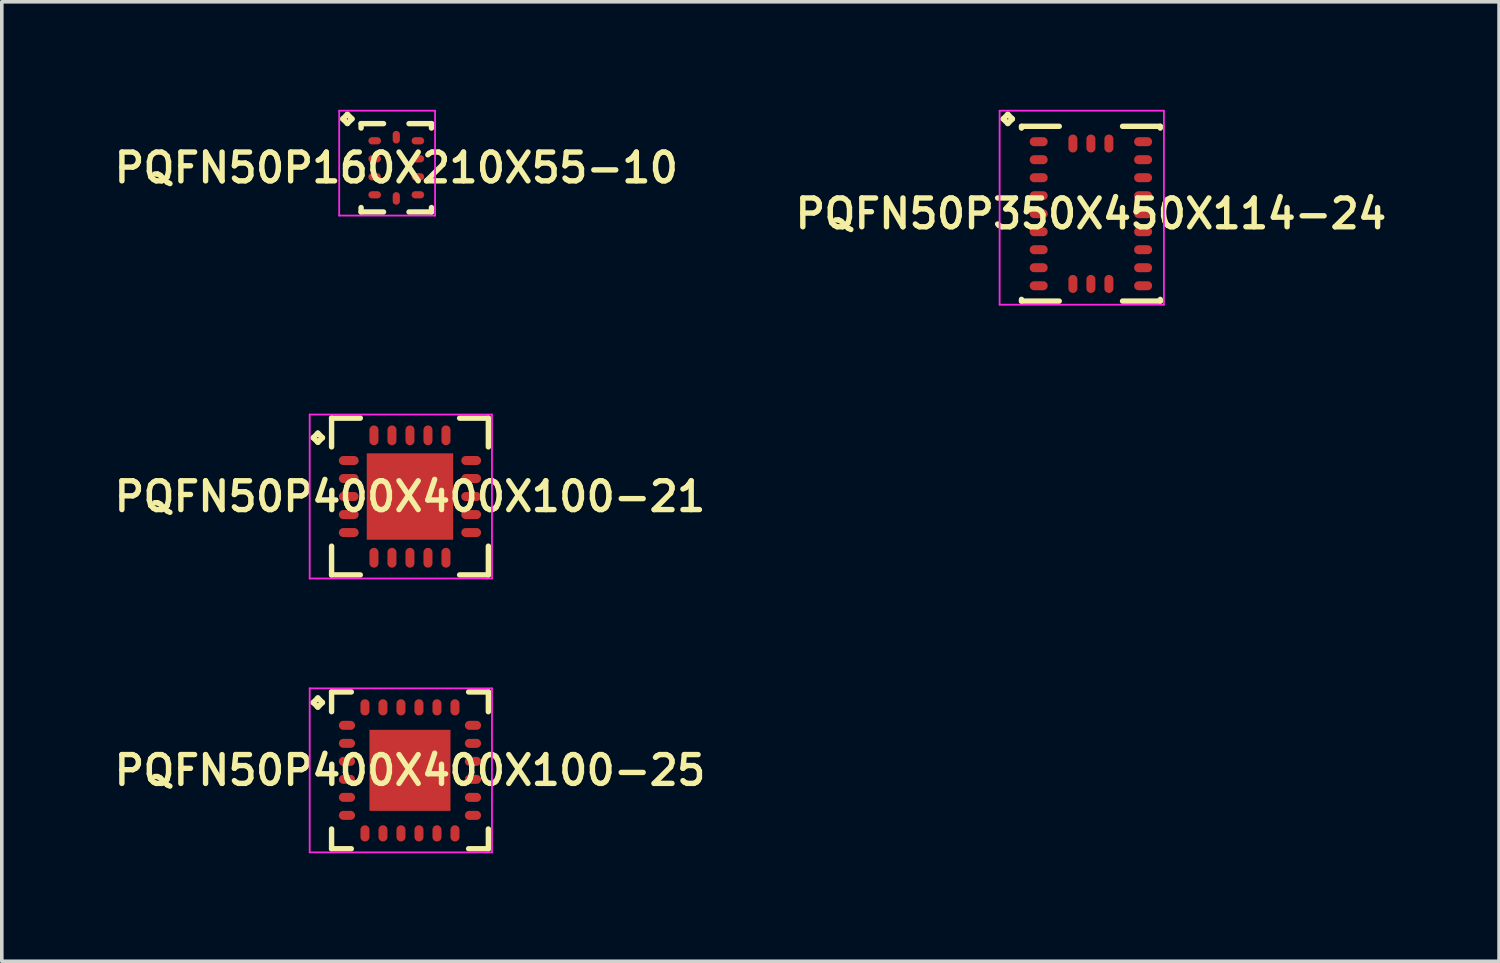
<source format=kicad_pcb>
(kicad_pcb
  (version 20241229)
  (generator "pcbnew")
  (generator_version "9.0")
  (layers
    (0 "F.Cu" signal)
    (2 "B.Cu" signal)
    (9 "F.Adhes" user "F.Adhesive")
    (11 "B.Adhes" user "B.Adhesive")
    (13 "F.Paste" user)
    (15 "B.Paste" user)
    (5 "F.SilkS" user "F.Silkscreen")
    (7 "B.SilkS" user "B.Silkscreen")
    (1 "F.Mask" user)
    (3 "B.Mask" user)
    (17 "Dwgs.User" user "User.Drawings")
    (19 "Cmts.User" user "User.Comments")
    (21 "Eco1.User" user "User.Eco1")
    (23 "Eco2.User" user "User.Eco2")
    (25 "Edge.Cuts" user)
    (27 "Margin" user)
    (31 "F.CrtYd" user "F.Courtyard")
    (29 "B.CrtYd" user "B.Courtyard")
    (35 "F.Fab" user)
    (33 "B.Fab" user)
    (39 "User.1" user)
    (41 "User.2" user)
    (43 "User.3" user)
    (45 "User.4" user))
  (footprint "PQFN50P350X450X114-24"
    (layer "F.Cu")
    (at 27.245 2.885)
    (property "Reference" "PQFN50P350X450X114-24" (at 0 0 0) (layer "F.SilkS") (effects (font (size 0.8 0.8) (thickness 0.15))))
    (attr smd)
    (fp_line (start -2.435 -2.633) (end -2.308 -2.76) (stroke (width 0.15) (type solid)) (layer "F.SilkS"))
    (fp_line (start -2.308 -2.76) (end -2.181 -2.633) (stroke (width 0.15) (type solid)) (layer "F.SilkS"))
    (fp_line (start -2.308 -2.506) (end -2.435 -2.633) (stroke (width 0.15) (type solid)) (layer "F.SilkS"))
    (fp_line (start -2.181 -2.633) (end -2.308 -2.506) (stroke (width 0.15) (type solid)) (layer "F.SilkS"))
    (fp_line (start -1.927 -2.427) (end -0.879 -2.427) (stroke (width 0.15) (type solid)) (layer "F.SilkS"))
    (fp_line (start -1.927 -2.379) (end -1.927 -2.427) (stroke (width 0.15) (type solid)) (layer "F.SilkS"))
    (fp_line (start -1.927 2.379) (end -1.927 2.427) (stroke (width 0.15) (type solid)) (layer "F.SilkS"))
    (fp_line (start -1.927 2.427) (end -0.879 2.427) (stroke (width 0.15) (type solid)) (layer "F.SilkS"))
    (fp_line (start 0.879 -2.427) (end 1.927 -2.427) (stroke (width 0.15) (type solid)) (layer "F.SilkS"))
    (fp_line (start 0.879 2.427) (end 1.927 2.427) (stroke (width 0.15) (type solid)) (layer "F.SilkS"))
    (fp_line (start 1.927 -2.427) (end 1.927 -2.379) (stroke (width 0.15) (type solid)) (layer "F.SilkS"))
    (fp_line (start 1.927 2.427) (end 1.927 2.379) (stroke (width 0.15) (type solid)) (layer "F.SilkS"))
    (fp_line (start -2.535 -2.86) (end 2.027 -2.86) (stroke (width 0.05) (type solid)) (layer "F.CrtYd"))
    (fp_line (start -2.535 2.527) (end -2.535 -2.86) (stroke (width 0.05) (type solid)) (layer "F.CrtYd"))
    (fp_line (start 2.027 -2.86) (end 2.027 2.527) (stroke (width 0.05) (type solid)) (layer "F.CrtYd"))
    (fp_line (start 2.027 2.527) (end -2.535 2.527) (stroke (width 0.05) (type solid)) (layer "F.CrtYd"))
    (pad "1" smd oval (at -1.45 -2) (size 0.5 0.25) (layers "F.Cu" "F.Mask" "F.Paste"))
    (pad "2" smd oval (at -1.45 -1.5) (size 0.5 0.25) (layers "F.Cu" "F.Mask" "F.Paste"))
    (pad "3" smd oval (at -1.45 -1) (size 0.5 0.25) (layers "F.Cu" "F.Mask" "F.Paste"))
    (pad "4" smd oval (at -1.45 -0.5) (size 0.5 0.25) (layers "F.Cu" "F.Mask" "F.Paste"))
    (pad "5" smd oval (at -1.45 0) (size 0.5 0.25) (layers "F.Cu" "F.Mask" "F.Paste"))
    (pad "6" smd oval (at -1.45 0.5) (size 0.5 0.25) (layers "F.Cu" "F.Mask" "F.Paste"))
    (pad "7" smd oval (at -1.45 1) (size 0.5 0.25) (layers "F.Cu" "F.Mask" "F.Paste"))
    (pad "8" smd oval (at -1.45 1.5) (size 0.5 0.25) (layers "F.Cu" "F.Mask" "F.Paste"))
    (pad "9" smd oval (at -1.45 2) (size 0.5 0.25) (layers "F.Cu" "F.Mask" "F.Paste"))
    (pad "10" smd oval (at -0.5 1.95) (size 0.25 0.5) (layers "F.Cu" "F.Mask" "F.Paste"))
    (pad "11" smd oval (at 0 1.95) (size 0.25 0.5) (layers "F.Cu" "F.Mask" "F.Paste"))
    (pad "12" smd oval (at 0.5 1.95) (size 0.25 0.5) (layers "F.Cu" "F.Mask" "F.Paste"))
    (pad "13" smd oval (at 1.45 2) (size 0.5 0.25) (layers "F.Cu" "F.Mask" "F.Paste"))
    (pad "14" smd oval (at 1.45 1.5) (size 0.5 0.25) (layers "F.Cu" "F.Mask" "F.Paste"))
    (pad "15" smd oval (at 1.45 1) (size 0.5 0.25) (layers "F.Cu" "F.Mask" "F.Paste"))
    (pad "16" smd oval (at 1.45 0.5) (size 0.5 0.25) (layers "F.Cu" "F.Mask" "F.Paste"))
    (pad "17" smd oval (at 1.45 0) (size 0.5 0.25) (layers "F.Cu" "F.Mask" "F.Paste"))
    (pad "18" smd oval (at 1.45 -0.5) (size 0.5 0.25) (layers "F.Cu" "F.Mask" "F.Paste"))
    (pad "19" smd oval (at 1.45 -1) (size 0.5 0.25) (layers "F.Cu" "F.Mask" "F.Paste"))
    (pad "20" smd oval (at 1.45 -1.5) (size 0.5 0.25) (layers "F.Cu" "F.Mask" "F.Paste"))
    (pad "21" smd oval (at 1.45 -2) (size 0.5 0.25) (layers "F.Cu" "F.Mask" "F.Paste"))
    (pad "22" smd oval (at 0.5 -1.95) (size 0.25 0.5) (layers "F.Cu" "F.Mask" "F.Paste"))
    (pad "23" smd oval (at 0 -1.95) (size 0.25 0.5) (layers "F.Cu" "F.Mask" "F.Paste"))
    (pad "24" smd oval (at -0.5 -1.95) (size 0.25 0.5) (layers "F.Cu" "F.Mask" "F.Paste")))
  (footprint "PQFN50P160X210X55-10"
    (layer "F.Cu")
    (at 7.955 1.61)
    (property "Reference" "PQFN50P160X210X55-10" (at 0 0 0) (layer "F.SilkS") (effects (font (size 0.8 0.8) (thickness 0.15))))
    (attr smd)
    (fp_line (start -1.485 -1.358) (end -1.358 -1.485) (stroke (width 0.15) (type solid)) (layer "F.SilkS"))
    (fp_line (start -1.358 -1.485) (end -1.231 -1.358) (stroke (width 0.15) (type solid)) (layer "F.SilkS"))
    (fp_line (start -1.358 -1.231) (end -1.485 -1.358) (stroke (width 0.15) (type solid)) (layer "F.SilkS"))
    (fp_line (start -1.231 -1.358) (end -1.358 -1.231) (stroke (width 0.15) (type solid)) (layer "F.SilkS"))
    (fp_line (start -0.977 -1.227) (end -0.354 -1.227) (stroke (width 0.15) (type solid)) (layer "F.SilkS"))
    (fp_line (start -0.977 -1.104) (end -0.977 -1.227) (stroke (width 0.15) (type solid)) (layer "F.SilkS"))
    (fp_line (start -0.977 1.104) (end -0.977 1.227) (stroke (width 0.15) (type solid)) (layer "F.SilkS"))
    (fp_line (start -0.977 1.227) (end -0.354 1.227) (stroke (width 0.15) (type solid)) (layer "F.SilkS"))
    (fp_line (start 0.354 -1.227) (end 0.977 -1.227) (stroke (width 0.15) (type solid)) (layer "F.SilkS"))
    (fp_line (start 0.354 1.227) (end 0.977 1.227) (stroke (width 0.15) (type solid)) (layer "F.SilkS"))
    (fp_line (start 0.977 -1.227) (end 0.977 -1.104) (stroke (width 0.15) (type solid)) (layer "F.SilkS"))
    (fp_line (start 0.977 1.227) (end 0.977 1.104) (stroke (width 0.15) (type solid)) (layer "F.SilkS"))
    (fp_line (start -1.585 -1.585) (end 1.077 -1.585) (stroke (width 0.05) (type solid)) (layer "F.CrtYd"))
    (fp_line (start -1.585 1.327) (end -1.585 -1.585) (stroke (width 0.05) (type solid)) (layer "F.CrtYd"))
    (fp_line (start 1.077 -1.585) (end 1.077 1.327) (stroke (width 0.05) (type solid)) (layer "F.CrtYd"))
    (fp_line (start 1.077 1.327) (end -1.585 1.327) (stroke (width 0.05) (type solid)) (layer "F.CrtYd"))
    (pad "1" smd oval (at -0.6 -0.75) (size 0.35 0.2) (layers "F.Cu" "F.Mask" "F.Paste"))
    (pad "2" smd oval (at -0.6 -0.25) (size 0.35 0.2) (layers "F.Cu" "F.Mask" "F.Paste"))
    (pad "3" smd oval (at -0.6 0.25) (size 0.35 0.2) (layers "F.Cu" "F.Mask" "F.Paste"))
    (pad "4" smd oval (at -0.6 0.75) (size 0.35 0.2) (layers "F.Cu" "F.Mask" "F.Paste"))
    (pad "5" smd oval (at 0 0.85) (size 0.2 0.35) (layers "F.Cu" "F.Mask" "F.Paste"))
    (pad "6" smd oval (at 0.6 0.75) (size 0.35 0.2) (layers "F.Cu" "F.Mask" "F.Paste"))
    (pad "7" smd oval (at 0.6 0.25) (size 0.35 0.2) (layers "F.Cu" "F.Mask" "F.Paste"))
    (pad "8" smd oval (at 0.6 -0.25) (size 0.35 0.2) (layers "F.Cu" "F.Mask" "F.Paste"))
    (pad "9" smd oval (at 0.6 -0.75) (size 0.35 0.2) (layers "F.Cu" "F.Mask" "F.Paste"))
    (pad "10" smd oval (at 0 -0.85) (size 0.2 0.35) (layers "F.Cu" "F.Mask" "F.Paste")))
  (footprint "PQFN50P400X400X100-25"
    (layer "F.Cu")
    (at 8.335 18.343)
    (property "Reference" "PQFN50P400X400X100-25" (at 0 0 0) (layer "F.SilkS") (effects (font (size 0.8 0.8) (thickness 0.15))))
    (attr smd)
    (fp_line (start -2.685 -1.883) (end -2.558 -2.01) (stroke (width 0.15) (type solid)) (layer "F.SilkS"))
    (fp_line (start -2.558 -2.01) (end -2.431 -1.883) (stroke (width 0.15) (type solid)) (layer "F.SilkS"))
    (fp_line (start -2.558 -1.756) (end -2.685 -1.883) (stroke (width 0.15) (type solid)) (layer "F.SilkS"))
    (fp_line (start -2.431 -1.883) (end -2.558 -1.756) (stroke (width 0.15) (type solid)) (layer "F.SilkS"))
    (fp_line (start -2.177 -2.177) (end -1.629 -2.177) (stroke (width 0.15) (type solid)) (layer "F.SilkS"))
    (fp_line (start -2.177 -1.629) (end -2.177 -2.177) (stroke (width 0.15) (type solid)) (layer "F.SilkS"))
    (fp_line (start -2.177 1.629) (end -2.177 2.177) (stroke (width 0.15) (type solid)) (layer "F.SilkS"))
    (fp_line (start -2.177 2.177) (end -1.629 2.177) (stroke (width 0.15) (type solid)) (layer "F.SilkS"))
    (fp_line (start 1.629 -2.177) (end 2.177 -2.177) (stroke (width 0.15) (type solid)) (layer "F.SilkS"))
    (fp_line (start 1.629 2.177) (end 2.177 2.177) (stroke (width 0.15) (type solid)) (layer "F.SilkS"))
    (fp_line (start 2.177 -2.177) (end 2.177 -1.629) (stroke (width 0.15) (type solid)) (layer "F.SilkS"))
    (fp_line (start 2.177 2.177) (end 2.177 1.629) (stroke (width 0.15) (type solid)) (layer "F.SilkS"))
    (fp_line (start -2.785 -2.277) (end 2.277 -2.277) (stroke (width 0.05) (type solid)) (layer "F.CrtYd"))
    (fp_line (start -2.785 2.277) (end -2.785 -2.277) (stroke (width 0.05) (type solid)) (layer "F.CrtYd"))
    (fp_line (start 2.277 -2.277) (end 2.277 2.277) (stroke (width 0.05) (type solid)) (layer "F.CrtYd"))
    (fp_line (start 2.277 2.277) (end -2.785 2.277) (stroke (width 0.05) (type solid)) (layer "F.CrtYd"))
    (pad "1" smd oval (at -1.75 -1.25) (size 0.45 0.25) (layers "F.Cu" "F.Mask" "F.Paste"))
    (pad "2" smd oval (at -1.75 -0.75) (size 0.45 0.25) (layers "F.Cu" "F.Mask" "F.Paste"))
    (pad "3" smd oval (at -1.75 -0.25) (size 0.45 0.25) (layers "F.Cu" "F.Mask" "F.Paste"))
    (pad "4" smd oval (at -1.75 0.25) (size 0.45 0.25) (layers "F.Cu" "F.Mask" "F.Paste"))
    (pad "5" smd oval (at -1.75 0.75) (size 0.45 0.25) (layers "F.Cu" "F.Mask" "F.Paste"))
    (pad "6" smd oval (at -1.75 1.25) (size 0.45 0.25) (layers "F.Cu" "F.Mask" "F.Paste"))
    (pad "7" smd oval (at -1.25 1.75) (size 0.25 0.45) (layers "F.Cu" "F.Mask" "F.Paste"))
    (pad "8" smd oval (at -0.75 1.75) (size 0.25 0.45) (layers "F.Cu" "F.Mask" "F.Paste"))
    (pad "9" smd oval (at -0.25 1.75) (size 0.25 0.45) (layers "F.Cu" "F.Mask" "F.Paste"))
    (pad "10" smd oval (at 0.25 1.75) (size 0.25 0.45) (layers "F.Cu" "F.Mask" "F.Paste"))
    (pad "11" smd oval (at 0.75 1.75) (size 0.25 0.45) (layers "F.Cu" "F.Mask" "F.Paste"))
    (pad "12" smd oval (at 1.25 1.75) (size 0.25 0.45) (layers "F.Cu" "F.Mask" "F.Paste"))
    (pad "13" smd oval (at 1.75 1.25) (size 0.45 0.25) (layers "F.Cu" "F.Mask" "F.Paste"))
    (pad "14" smd oval (at 1.75 0.75) (size 0.45 0.25) (layers "F.Cu" "F.Mask" "F.Paste"))
    (pad "15" smd oval (at 1.75 0.25) (size 0.45 0.25) (layers "F.Cu" "F.Mask" "F.Paste"))
    (pad "16" smd oval (at 1.75 -0.25) (size 0.45 0.25) (layers "F.Cu" "F.Mask" "F.Paste"))
    (pad "17" smd oval (at 1.75 -0.75) (size 0.45 0.25) (layers "F.Cu" "F.Mask" "F.Paste"))
    (pad "18" smd oval (at 1.75 -1.25) (size 0.45 0.25) (layers "F.Cu" "F.Mask" "F.Paste"))
    (pad "19" smd oval (at 1.25 -1.75) (size 0.25 0.45) (layers "F.Cu" "F.Mask" "F.Paste"))
    (pad "20" smd oval (at 0.75 -1.75) (size 0.25 0.45) (layers "F.Cu" "F.Mask" "F.Paste"))
    (pad "21" smd oval (at 0.25 -1.75) (size 0.25 0.45) (layers "F.Cu" "F.Mask" "F.Paste"))
    (pad "22" smd oval (at -0.25 -1.75) (size 0.25 0.45) (layers "F.Cu" "F.Mask" "F.Paste"))
    (pad "23" smd oval (at -0.75 -1.75) (size 0.25 0.45) (layers "F.Cu" "F.Mask" "F.Paste"))
    (pad "24" smd oval (at -1.25 -1.75) (size 0.25 0.45) (layers "F.Cu" "F.Mask" "F.Paste"))
    (pad "25" smd rect (at 0 0) (size 2.25 2.25) (layers "F.Cu" "F.Mask" "F.Paste")))
  (footprint "PQFN50P400X400X100-21"
    (layer "F.Cu")
    (at 8.335 10.739)
    (property "Reference" "PQFN50P400X400X100-21" (at 0 0 0) (layer "F.SilkS") (effects (font (size 0.8 0.8) (thickness 0.15))))
    (attr smd)
    (fp_line (start -2.685 -1.633) (end -2.558 -1.76) (stroke (width 0.15) (type solid)) (layer "F.SilkS"))
    (fp_line (start -2.558 -1.76) (end -2.431 -1.633) (stroke (width 0.15) (type solid)) (layer "F.SilkS"))
    (fp_line (start -2.558 -1.506) (end -2.685 -1.633) (stroke (width 0.15) (type solid)) (layer "F.SilkS"))
    (fp_line (start -2.431 -1.633) (end -2.558 -1.506) (stroke (width 0.15) (type solid)) (layer "F.SilkS"))
    (fp_line (start -2.177 -2.177) (end -1.379 -2.177) (stroke (width 0.15) (type solid)) (layer "F.SilkS"))
    (fp_line (start -2.177 -1.379) (end -2.177 -2.177) (stroke (width 0.15) (type solid)) (layer "F.SilkS"))
    (fp_line (start -2.177 1.379) (end -2.177 2.177) (stroke (width 0.15) (type solid)) (layer "F.SilkS"))
    (fp_line (start -2.177 2.177) (end -1.379 2.177) (stroke (width 0.15) (type solid)) (layer "F.SilkS"))
    (fp_line (start 1.379 -2.177) (end 2.177 -2.177) (stroke (width 0.15) (type solid)) (layer "F.SilkS"))
    (fp_line (start 1.379 2.177) (end 2.177 2.177) (stroke (width 0.15) (type solid)) (layer "F.SilkS"))
    (fp_line (start 2.177 -2.177) (end 2.177 -1.379) (stroke (width 0.15) (type solid)) (layer "F.SilkS"))
    (fp_line (start 2.177 2.177) (end 2.177 1.379) (stroke (width 0.15) (type solid)) (layer "F.SilkS"))
    (fp_line (start -2.785 -2.277) (end 2.277 -2.277) (stroke (width 0.05) (type solid)) (layer "F.CrtYd"))
    (fp_line (start -2.785 2.277) (end -2.785 -2.277) (stroke (width 0.05) (type solid)) (layer "F.CrtYd"))
    (fp_line (start 2.277 -2.277) (end 2.277 2.277) (stroke (width 0.05) (type solid)) (layer "F.CrtYd"))
    (fp_line (start 2.277 2.277) (end -2.785 2.277) (stroke (width 0.05) (type solid)) (layer "F.CrtYd"))
    (pad "1" smd oval (at -1.7 -1) (size 0.55 0.25) (layers "F.Cu" "F.Mask" "F.Paste"))
    (pad "2" smd oval (at -1.7 -0.5) (size 0.55 0.25) (layers "F.Cu" "F.Mask" "F.Paste"))
    (pad "3" smd oval (at -1.7 0) (size 0.55 0.25) (layers "F.Cu" "F.Mask" "F.Paste"))
    (pad "4" smd oval (at -1.7 0.5) (size 0.55 0.25) (layers "F.Cu" "F.Mask" "F.Paste"))
    (pad "5" smd oval (at -1.7 1) (size 0.55 0.25) (layers "F.Cu" "F.Mask" "F.Paste"))
    (pad "6" smd oval (at -1 1.7) (size 0.25 0.55) (layers "F.Cu" "F.Mask" "F.Paste"))
    (pad "7" smd oval (at -0.5 1.7) (size 0.25 0.55) (layers "F.Cu" "F.Mask" "F.Paste"))
    (pad "8" smd oval (at 0 1.7) (size 0.25 0.55) (layers "F.Cu" "F.Mask" "F.Paste"))
    (pad "9" smd oval (at 0.5 1.7) (size 0.25 0.55) (layers "F.Cu" "F.Mask" "F.Paste"))
    (pad "10" smd oval (at 1 1.7) (size 0.25 0.55) (layers "F.Cu" "F.Mask" "F.Paste"))
    (pad "11" smd oval (at 1.7 1) (size 0.55 0.25) (layers "F.Cu" "F.Mask" "F.Paste"))
    (pad "12" smd oval (at 1.7 0.5) (size 0.55 0.25) (layers "F.Cu" "F.Mask" "F.Paste"))
    (pad "13" smd oval (at 1.7 0) (size 0.55 0.25) (layers "F.Cu" "F.Mask" "F.Paste"))
    (pad "14" smd oval (at 1.7 -0.5) (size 0.55 0.25) (layers "F.Cu" "F.Mask" "F.Paste"))
    (pad "15" smd oval (at 1.7 -1) (size 0.55 0.25) (layers "F.Cu" "F.Mask" "F.Paste"))
    (pad "16" smd oval (at 1 -1.7) (size 0.25 0.55) (layers "F.Cu" "F.Mask" "F.Paste"))
    (pad "17" smd oval (at 0.5 -1.7) (size 0.25 0.55) (layers "F.Cu" "F.Mask" "F.Paste"))
    (pad "18" smd oval (at 0 -1.7) (size 0.25 0.55) (layers "F.Cu" "F.Mask" "F.Paste"))
    (pad "19" smd oval (at -0.5 -1.7) (size 0.25 0.55) (layers "F.Cu" "F.Mask" "F.Paste"))
    (pad "20" smd oval (at -1 -1.7) (size 0.25 0.55) (layers "F.Cu" "F.Mask" "F.Paste"))
    (pad "21" smd rect (at 0 0) (size 2.4 2.4) (layers "F.Cu" "F.Mask" "F.Paste")))
  (gr_rect
    (start -3 -3)
    (end 38.58 23.645)
    (stroke (width 0.1) (type default))
    (fill no)
    (layer "Edge.Cuts")))
</source>
